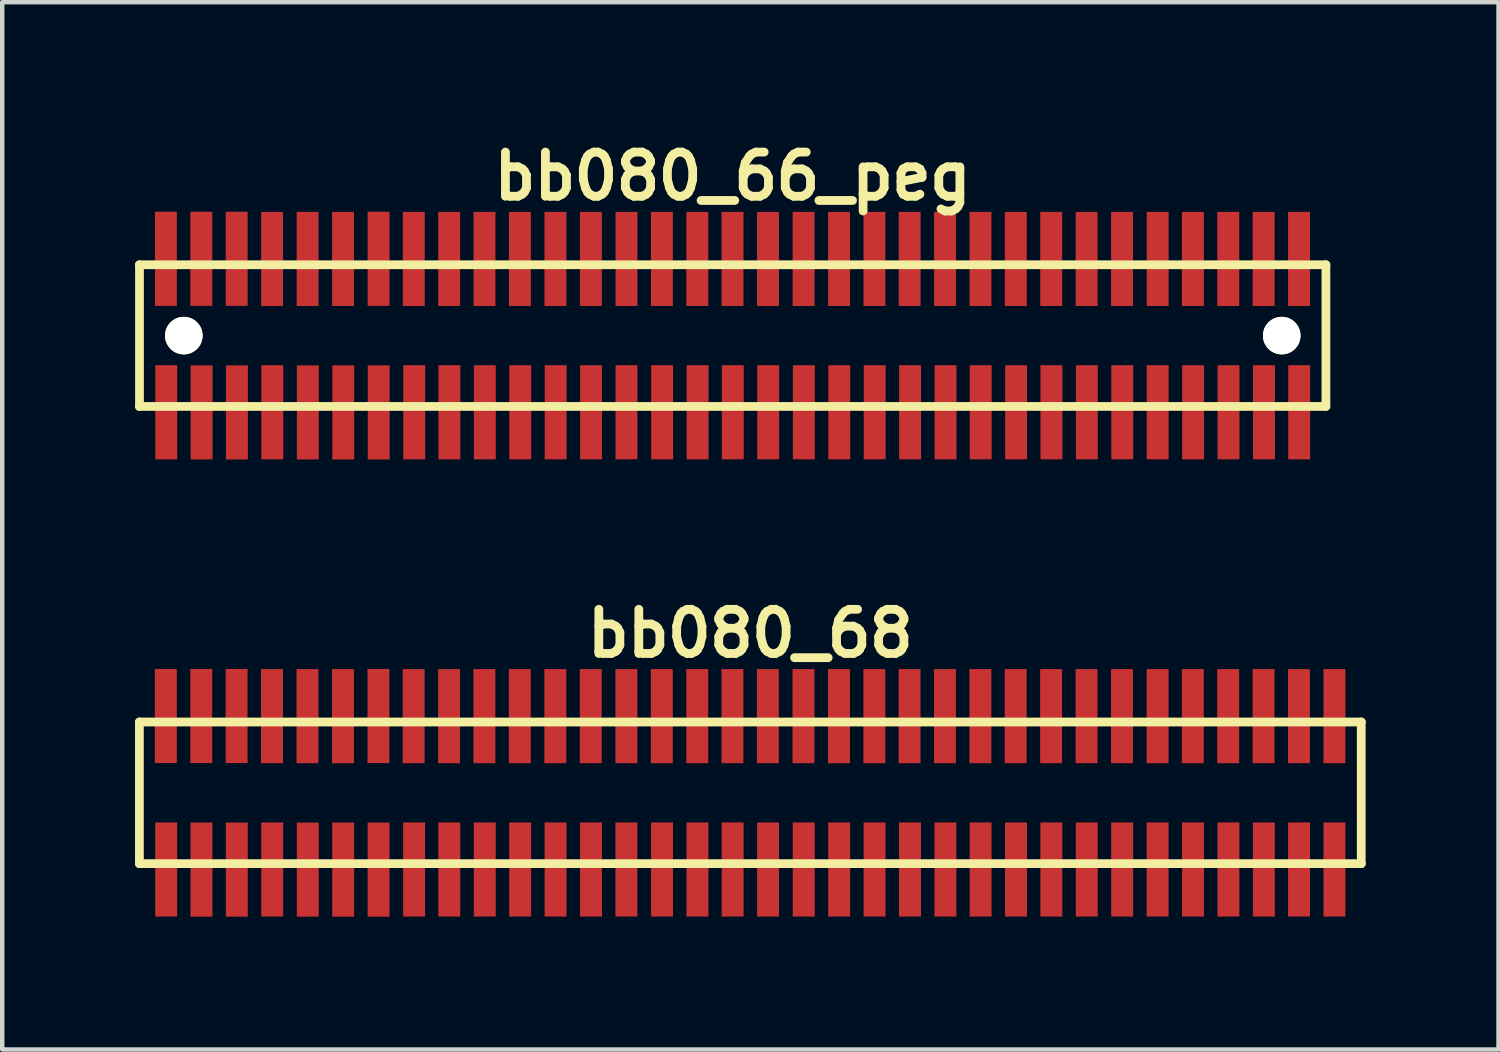
<source format=kicad_pcb>
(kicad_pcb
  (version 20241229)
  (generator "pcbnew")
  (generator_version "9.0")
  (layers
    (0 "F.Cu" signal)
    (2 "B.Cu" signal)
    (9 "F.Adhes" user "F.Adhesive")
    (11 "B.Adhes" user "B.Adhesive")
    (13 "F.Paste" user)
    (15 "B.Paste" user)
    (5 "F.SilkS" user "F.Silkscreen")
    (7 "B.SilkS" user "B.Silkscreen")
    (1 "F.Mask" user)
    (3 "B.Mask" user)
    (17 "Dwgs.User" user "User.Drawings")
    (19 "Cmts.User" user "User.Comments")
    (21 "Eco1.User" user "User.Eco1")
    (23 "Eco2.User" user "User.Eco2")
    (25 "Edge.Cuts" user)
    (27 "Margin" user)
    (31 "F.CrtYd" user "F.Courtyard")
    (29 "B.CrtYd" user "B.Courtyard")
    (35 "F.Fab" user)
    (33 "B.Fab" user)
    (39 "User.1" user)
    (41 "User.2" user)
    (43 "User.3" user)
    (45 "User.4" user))
  (footprint "bb080_68"
    (layer "F.Cu")
    (at 13.899 14.859)
    (property "Reference" "bb080_68" (at 0 -3.599 0) (layer "F.SilkS") (effects (font (size 0.998 0.998) (thickness 0.198))))
    (attr smd)
    (fp_line (start -13.8 -1.6) (end -13.8 1.6) (stroke (width 0.198) (type solid)) (layer "F.SilkS"))
    (fp_line (start -13.8 1.6) (end 13.802 1.6) (stroke (width 0.198) (type solid)) (layer "F.SilkS"))
    (fp_line (start 13.8 1.6) (end 13.8 -1.6) (stroke (width 0.198) (type solid)) (layer "F.SilkS"))
    (fp_line (start 13.802 -1.6) (end -13.8 -1.6) (stroke (width 0.198) (type solid)) (layer "F.SilkS"))
    (pad "1" smd rect (at -13.195 1.732) (size 0.495 2.126) (layers "F.Cu" "F.Mask" "F.Paste"))
    (pad "2" smd rect (at -13.203 -1.735) (size 0.495 2.126) (layers "F.Cu" "F.Mask" "F.Paste"))
    (pad "3" smd rect (at -12.398 1.735) (size 0.495 2.126) (layers "F.Cu" "F.Mask" "F.Paste"))
    (pad "4" smd rect (at -12.403 -1.735) (size 0.495 2.126) (layers "F.Cu" "F.Mask" "F.Paste"))
    (pad "5" smd rect (at -11.6 1.735) (size 0.495 2.126) (layers "F.Cu" "F.Mask" "F.Paste"))
    (pad "6" smd rect (at -11.605 -1.735) (size 0.495 2.126) (layers "F.Cu" "F.Mask" "F.Paste"))
    (pad "7" smd rect (at -10.8 1.732) (size 0.495 2.126) (layers "F.Cu" "F.Mask" "F.Paste"))
    (pad "8" smd rect (at -10.805 -1.732) (size 0.495 2.126) (layers "F.Cu" "F.Mask" "F.Paste"))
    (pad "9" smd rect (at -9.997 1.735) (size 0.495 2.126) (layers "F.Cu" "F.Mask" "F.Paste"))
    (pad "10" smd rect (at -10.003 -1.732) (size 0.495 2.126) (layers "F.Cu" "F.Mask" "F.Paste"))
    (pad "11" smd rect (at -9.197 1.735) (size 0.495 2.126) (layers "F.Cu" "F.Mask" "F.Paste"))
    (pad "12" smd rect (at -9.202 -1.732) (size 0.495 2.126) (layers "F.Cu" "F.Mask" "F.Paste"))
    (pad "13" smd rect (at -8.397 1.735) (size 0.495 2.126) (layers "F.Cu" "F.Mask" "F.Paste"))
    (pad "14" smd rect (at -8.4 -1.735) (size 0.495 2.126) (layers "F.Cu" "F.Mask" "F.Paste"))
    (pad "15" smd rect (at -7.595 1.732) (size 0.495 2.126) (layers "F.Cu" "F.Mask" "F.Paste"))
    (pad "16" smd rect (at -7.605 -1.732) (size 0.495 2.126) (layers "F.Cu" "F.Mask" "F.Paste"))
    (pad "17" smd rect (at -6.8 1.732) (size 0.495 2.126) (layers "F.Cu" "F.Mask" "F.Paste"))
    (pad "18" smd rect (at -6.805 -1.732) (size 0.495 2.126) (layers "F.Cu" "F.Mask" "F.Paste"))
    (pad "19" smd rect (at -5.999 1.732) (size 0.495 2.126) (layers "F.Cu" "F.Mask" "F.Paste"))
    (pad "20" smd rect (at -6.007 -1.732) (size 0.495 2.126) (layers "F.Cu" "F.Mask" "F.Paste"))
    (pad "21" smd rect (at -5.199 1.732) (size 0.495 2.126) (layers "F.Cu" "F.Mask" "F.Paste"))
    (pad "22" smd rect (at -5.207 -1.732) (size 0.495 2.126) (layers "F.Cu" "F.Mask" "F.Paste"))
    (pad "23" smd rect (at -4.399 1.732) (size 0.495 2.126) (layers "F.Cu" "F.Mask" "F.Paste"))
    (pad "24" smd rect (at -4.404 -1.732) (size 0.495 2.126) (layers "F.Cu" "F.Mask" "F.Paste"))
    (pad "25" smd rect (at -3.599 1.732) (size 0.495 2.126) (layers "F.Cu" "F.Mask" "F.Paste"))
    (pad "26" smd rect (at -3.604 -1.732) (size 0.495 2.126) (layers "F.Cu" "F.Mask" "F.Paste"))
    (pad "27" smd rect (at -2.799 1.732) (size 0.495 2.126) (layers "F.Cu" "F.Mask" "F.Paste"))
    (pad "28" smd rect (at -2.799 -1.732) (size 0.495 2.126) (layers "F.Cu" "F.Mask" "F.Paste"))
    (pad "29" smd rect (at -1.994 1.732) (size 0.495 2.126) (layers "F.Cu" "F.Mask" "F.Paste"))
    (pad "30" smd rect (at -1.999 -1.732) (size 0.495 2.126) (layers "F.Cu" "F.Mask" "F.Paste"))
    (pad "31" smd rect (at -1.194 1.732) (size 0.495 2.126) (layers "F.Cu" "F.Mask" "F.Paste"))
    (pad "32" smd rect (at -1.199 -1.732) (size 0.495 2.126) (layers "F.Cu" "F.Mask" "F.Paste"))
    (pad "33" smd rect (at -0.399 1.732) (size 0.495 2.126) (layers "F.Cu" "F.Mask" "F.Paste"))
    (pad "34" smd rect (at -0.404 -1.732) (size 0.495 2.126) (layers "F.Cu" "F.Mask" "F.Paste"))
    (pad "35" smd rect (at 0.401 1.732) (size 0.495 2.126) (layers "F.Cu" "F.Mask" "F.Paste"))
    (pad "36" smd rect (at 0.396 -1.732) (size 0.495 2.126) (layers "F.Cu" "F.Mask" "F.Paste"))
    (pad "37" smd rect (at 1.206 1.732) (size 0.495 2.126) (layers "F.Cu" "F.Mask" "F.Paste"))
    (pad "38" smd rect (at 1.201 -1.732) (size 0.495 2.126) (layers "F.Cu" "F.Mask" "F.Paste"))
    (pad "39" smd rect (at 2.007 1.732) (size 0.495 2.126) (layers "F.Cu" "F.Mask" "F.Paste"))
    (pad "40" smd rect (at 2.002 -1.732) (size 0.495 2.126) (layers "F.Cu" "F.Mask" "F.Paste"))
    (pad "41" smd rect (at 2.807 1.732) (size 0.495 2.126) (layers "F.Cu" "F.Mask" "F.Paste"))
    (pad "42" smd rect (at 2.802 -1.732) (size 0.495 2.126) (layers "F.Cu" "F.Mask" "F.Paste"))
    (pad "43" smd rect (at 3.607 1.732) (size 0.495 2.126) (layers "F.Cu" "F.Mask" "F.Paste"))
    (pad "44" smd rect (at 3.597 -1.732) (size 0.495 2.126) (layers "F.Cu" "F.Mask" "F.Paste"))
    (pad "45" smd rect (at 4.407 1.732) (size 0.495 2.126) (layers "F.Cu" "F.Mask" "F.Paste"))
    (pad "46" smd rect (at 4.397 -1.732) (size 0.495 2.126) (layers "F.Cu" "F.Mask" "F.Paste"))
    (pad "47" smd rect (at 5.202 1.732) (size 0.495 2.126) (layers "F.Cu" "F.Mask" "F.Paste"))
    (pad "48" smd rect (at 5.197 -1.732) (size 0.495 2.126) (layers "F.Cu" "F.Mask" "F.Paste"))
    (pad "49" smd rect (at 6.002 1.732) (size 0.495 2.126) (layers "F.Cu" "F.Mask" "F.Paste"))
    (pad "50" smd rect (at 5.994 -1.732) (size 0.495 2.126) (layers "F.Cu" "F.Mask" "F.Paste"))
    (pad "51" smd rect (at 6.8 1.732) (size 0.495 2.126) (layers "F.Cu" "F.Mask" "F.Paste"))
    (pad "52" smd rect (at 6.795 -1.732) (size 0.495 2.126) (layers "F.Cu" "F.Mask" "F.Paste"))
    (pad "53" smd rect (at 7.6 1.732) (size 0.495 2.126) (layers "F.Cu" "F.Mask" "F.Paste"))
    (pad "54" smd rect (at 7.595 -1.732) (size 0.495 2.126) (layers "F.Cu" "F.Mask" "F.Paste"))
    (pad "55" smd rect (at 8.4 1.732) (size 0.495 2.126) (layers "F.Cu" "F.Mask" "F.Paste"))
    (pad "56" smd rect (at 8.395 -1.732) (size 0.495 2.126) (layers "F.Cu" "F.Mask" "F.Paste"))
    (pad "57" smd rect (at 9.2 1.732) (size 0.495 2.126) (layers "F.Cu" "F.Mask" "F.Paste"))
    (pad "58" smd rect (at 9.2 -1.732) (size 0.495 2.126) (layers "F.Cu" "F.Mask" "F.Paste"))
    (pad "59" smd rect (at 10 1.732) (size 0.495 2.126) (layers "F.Cu" "F.Mask" "F.Paste"))
    (pad "60" smd rect (at 9.995 -1.732) (size 0.495 2.126) (layers "F.Cu" "F.Mask" "F.Paste"))
    (pad "61" smd rect (at 10.8 1.732) (size 0.495 2.126) (layers "F.Cu" "F.Mask" "F.Paste"))
    (pad "62" smd rect (at 10.795 -1.732) (size 0.495 2.126) (layers "F.Cu" "F.Mask" "F.Paste"))
    (pad "63" smd rect (at 11.6 1.732) (size 0.495 2.126) (layers "F.Cu" "F.Mask" "F.Paste"))
    (pad "64" smd rect (at 11.593 -1.732) (size 0.495 2.126) (layers "F.Cu" "F.Mask" "F.Paste"))
    (pad "65" smd rect (at 12.395 1.732) (size 0.495 2.126) (layers "F.Cu" "F.Mask" "F.Paste"))
    (pad "66" smd rect (at 12.393 -1.732) (size 0.495 2.126) (layers "F.Cu" "F.Mask" "F.Paste"))
    (pad "67" smd rect (at 13.195 1.732) (size 0.495 2.126) (layers "F.Cu" "F.Mask" "F.Paste"))
    (pad "68" smd rect (at 13.195 -1.732) (size 0.495 2.126) (layers "F.Cu" "F.Mask" "F.Paste")))
  (footprint "bb080_66_peg"
    (layer "F.Cu")
    (at 13.5 4.531)
    (property "Reference" "bb080_66_peg" (at 0 -3.599 0) (layer "F.SilkS") (effects (font (size 0.998 0.998) (thickness 0.198))))
    (attr smd)
    (fp_line (start -13.401 1.6) (end 13.401 1.6) (stroke (width 0.198) (type solid)) (layer "F.SilkS"))
    (fp_line (start -13.399 -1.6) (end -13.399 1.6) (stroke (width 0.198) (type solid)) (layer "F.SilkS"))
    (fp_line (start 13.401 -1.6) (end -13.401 -1.6) (stroke (width 0.198) (type solid)) (layer "F.SilkS"))
    (fp_line (start 13.401 1.6) (end 13.401 -1.6) (stroke (width 0.198) (type solid)) (layer "F.SilkS"))
    (pad "" np_thru_hole circle (at -12.398 0) (size 0.848 0.848) (drill 0.848) (layers "*.Cu" "*.Mask" "F.SilkS"))
    (pad "" np_thru_hole circle (at 12.403 0) (size 0.848 0.848) (drill 0.848) (layers "*.Cu" "*.Mask" "F.SilkS"))
    (pad "1" smd rect (at -12.794 1.732) (size 0.495 2.126) (layers "F.Cu" "F.Mask" "F.Paste"))
    (pad "2" smd rect (at -12.802 -1.735) (size 0.495 2.126) (layers "F.Cu" "F.Mask" "F.Paste"))
    (pad "3" smd rect (at -11.996 1.735) (size 0.495 2.126) (layers "F.Cu" "F.Mask" "F.Paste"))
    (pad "4" smd rect (at -12.002 -1.735) (size 0.495 2.126) (layers "F.Cu" "F.Mask" "F.Paste"))
    (pad "5" smd rect (at -11.199 1.735) (size 0.495 2.126) (layers "F.Cu" "F.Mask" "F.Paste"))
    (pad "6" smd rect (at -11.204 -1.735) (size 0.495 2.126) (layers "F.Cu" "F.Mask" "F.Paste"))
    (pad "7" smd rect (at -10.399 1.732) (size 0.495 2.126) (layers "F.Cu" "F.Mask" "F.Paste"))
    (pad "8" smd rect (at -10.404 -1.732) (size 0.495 2.126) (layers "F.Cu" "F.Mask" "F.Paste"))
    (pad "9" smd rect (at -9.596 1.735) (size 0.495 2.126) (layers "F.Cu" "F.Mask" "F.Paste"))
    (pad "10" smd rect (at -9.601 -1.732) (size 0.495 2.126) (layers "F.Cu" "F.Mask" "F.Paste"))
    (pad "11" smd rect (at -8.796 1.735) (size 0.495 2.126) (layers "F.Cu" "F.Mask" "F.Paste"))
    (pad "12" smd rect (at -8.801 -1.732) (size 0.495 2.126) (layers "F.Cu" "F.Mask" "F.Paste"))
    (pad "13" smd rect (at -7.996 1.735) (size 0.495 2.126) (layers "F.Cu" "F.Mask" "F.Paste"))
    (pad "14" smd rect (at -7.998 -1.735) (size 0.495 2.126) (layers "F.Cu" "F.Mask" "F.Paste"))
    (pad "15" smd rect (at -7.193 1.732) (size 0.495 2.126) (layers "F.Cu" "F.Mask" "F.Paste"))
    (pad "16" smd rect (at -7.203 -1.732) (size 0.495 2.126) (layers "F.Cu" "F.Mask" "F.Paste"))
    (pad "17" smd rect (at -6.398 1.732) (size 0.495 2.126) (layers "F.Cu" "F.Mask" "F.Paste"))
    (pad "18" smd rect (at -6.403 -1.732) (size 0.495 2.126) (layers "F.Cu" "F.Mask" "F.Paste"))
    (pad "19" smd rect (at -5.598 1.732) (size 0.495 2.126) (layers "F.Cu" "F.Mask" "F.Paste"))
    (pad "20" smd rect (at -5.606 -1.732) (size 0.495 2.126) (layers "F.Cu" "F.Mask" "F.Paste"))
    (pad "21" smd rect (at -4.798 1.732) (size 0.495 2.126) (layers "F.Cu" "F.Mask" "F.Paste"))
    (pad "22" smd rect (at -4.806 -1.732) (size 0.495 2.126) (layers "F.Cu" "F.Mask" "F.Paste"))
    (pad "23" smd rect (at -3.998 1.732) (size 0.495 2.126) (layers "F.Cu" "F.Mask" "F.Paste"))
    (pad "24" smd rect (at -4.003 -1.732) (size 0.495 2.126) (layers "F.Cu" "F.Mask" "F.Paste"))
    (pad "25" smd rect (at -3.198 1.732) (size 0.495 2.126) (layers "F.Cu" "F.Mask" "F.Paste"))
    (pad "26" smd rect (at -3.203 -1.732) (size 0.495 2.126) (layers "F.Cu" "F.Mask" "F.Paste"))
    (pad "27" smd rect (at -2.398 1.732) (size 0.495 2.126) (layers "F.Cu" "F.Mask" "F.Paste"))
    (pad "28" smd rect (at -2.398 -1.732) (size 0.495 2.126) (layers "F.Cu" "F.Mask" "F.Paste"))
    (pad "29" smd rect (at -1.593 1.732) (size 0.495 2.126) (layers "F.Cu" "F.Mask" "F.Paste"))
    (pad "30" smd rect (at -1.598 -1.732) (size 0.495 2.126) (layers "F.Cu" "F.Mask" "F.Paste"))
    (pad "31" smd rect (at -0.792 1.732) (size 0.495 2.126) (layers "F.Cu" "F.Mask" "F.Paste"))
    (pad "32" smd rect (at -0.798 -1.732) (size 0.495 2.126) (layers "F.Cu" "F.Mask" "F.Paste"))
    (pad "33" smd rect (at 0.003 1.732) (size 0.495 2.126) (layers "F.Cu" "F.Mask" "F.Paste"))
    (pad "34" smd rect (at -0.003 -1.732) (size 0.495 2.126) (layers "F.Cu" "F.Mask" "F.Paste"))
    (pad "35" smd rect (at 0.803 1.732) (size 0.495 2.126) (layers "F.Cu" "F.Mask" "F.Paste"))
    (pad "36" smd rect (at 0.798 -1.732) (size 0.495 2.126) (layers "F.Cu" "F.Mask" "F.Paste"))
    (pad "37" smd rect (at 1.608 1.732) (size 0.495 2.126) (layers "F.Cu" "F.Mask" "F.Paste"))
    (pad "38" smd rect (at 1.603 -1.732) (size 0.495 2.126) (layers "F.Cu" "F.Mask" "F.Paste"))
    (pad "39" smd rect (at 2.408 1.732) (size 0.495 2.126) (layers "F.Cu" "F.Mask" "F.Paste"))
    (pad "40" smd rect (at 2.403 -1.732) (size 0.495 2.126) (layers "F.Cu" "F.Mask" "F.Paste"))
    (pad "41" smd rect (at 3.208 1.732) (size 0.495 2.126) (layers "F.Cu" "F.Mask" "F.Paste"))
    (pad "42" smd rect (at 3.203 -1.732) (size 0.495 2.126) (layers "F.Cu" "F.Mask" "F.Paste"))
    (pad "43" smd rect (at 4.008 1.732) (size 0.495 2.126) (layers "F.Cu" "F.Mask" "F.Paste"))
    (pad "44" smd rect (at 3.998 -1.732) (size 0.495 2.126) (layers "F.Cu" "F.Mask" "F.Paste"))
    (pad "45" smd rect (at 4.808 1.732) (size 0.495 2.126) (layers "F.Cu" "F.Mask" "F.Paste"))
    (pad "46" smd rect (at 4.798 -1.732) (size 0.495 2.126) (layers "F.Cu" "F.Mask" "F.Paste"))
    (pad "47" smd rect (at 5.603 1.732) (size 0.495 2.126) (layers "F.Cu" "F.Mask" "F.Paste"))
    (pad "48" smd rect (at 5.598 -1.732) (size 0.495 2.126) (layers "F.Cu" "F.Mask" "F.Paste"))
    (pad "49" smd rect (at 6.403 1.732) (size 0.495 2.126) (layers "F.Cu" "F.Mask" "F.Paste"))
    (pad "50" smd rect (at 6.396 -1.732) (size 0.495 2.126) (layers "F.Cu" "F.Mask" "F.Paste"))
    (pad "51" smd rect (at 7.201 1.732) (size 0.495 2.126) (layers "F.Cu" "F.Mask" "F.Paste"))
    (pad "52" smd rect (at 7.196 -1.732) (size 0.495 2.126) (layers "F.Cu" "F.Mask" "F.Paste"))
    (pad "53" smd rect (at 8.001 1.732) (size 0.495 2.126) (layers "F.Cu" "F.Mask" "F.Paste"))
    (pad "54" smd rect (at 7.996 -1.732) (size 0.495 2.126) (layers "F.Cu" "F.Mask" "F.Paste"))
    (pad "55" smd rect (at 8.801 1.732) (size 0.495 2.126) (layers "F.Cu" "F.Mask" "F.Paste"))
    (pad "56" smd rect (at 8.796 -1.732) (size 0.495 2.126) (layers "F.Cu" "F.Mask" "F.Paste"))
    (pad "57" smd rect (at 9.601 1.732) (size 0.495 2.126) (layers "F.Cu" "F.Mask" "F.Paste"))
    (pad "58" smd rect (at 9.601 -1.732) (size 0.495 2.126) (layers "F.Cu" "F.Mask" "F.Paste"))
    (pad "59" smd rect (at 10.401 1.732) (size 0.495 2.126) (layers "F.Cu" "F.Mask" "F.Paste"))
    (pad "60" smd rect (at 10.396 -1.732) (size 0.495 2.126) (layers "F.Cu" "F.Mask" "F.Paste"))
    (pad "61" smd rect (at 11.201 1.732) (size 0.495 2.126) (layers "F.Cu" "F.Mask" "F.Paste"))
    (pad "62" smd rect (at 11.196 -1.732) (size 0.495 2.126) (layers "F.Cu" "F.Mask" "F.Paste"))
    (pad "63" smd rect (at 12.002 1.732) (size 0.495 2.126) (layers "F.Cu" "F.Mask" "F.Paste"))
    (pad "64" smd rect (at 11.994 -1.732) (size 0.495 2.126) (layers "F.Cu" "F.Mask" "F.Paste"))
    (pad "65" smd rect (at 12.797 1.732) (size 0.495 2.126) (layers "F.Cu" "F.Mask" "F.Paste"))
    (pad "66" smd rect (at 12.794 -1.732) (size 0.495 2.126) (layers "F.Cu" "F.Mask" "F.Paste")))
  (gr_rect
    (start -3 -3)
    (end 30.8 20.657)
    (stroke (width 0.1) (type default))
    (fill no)
    (layer "Edge.Cuts")))
</source>
